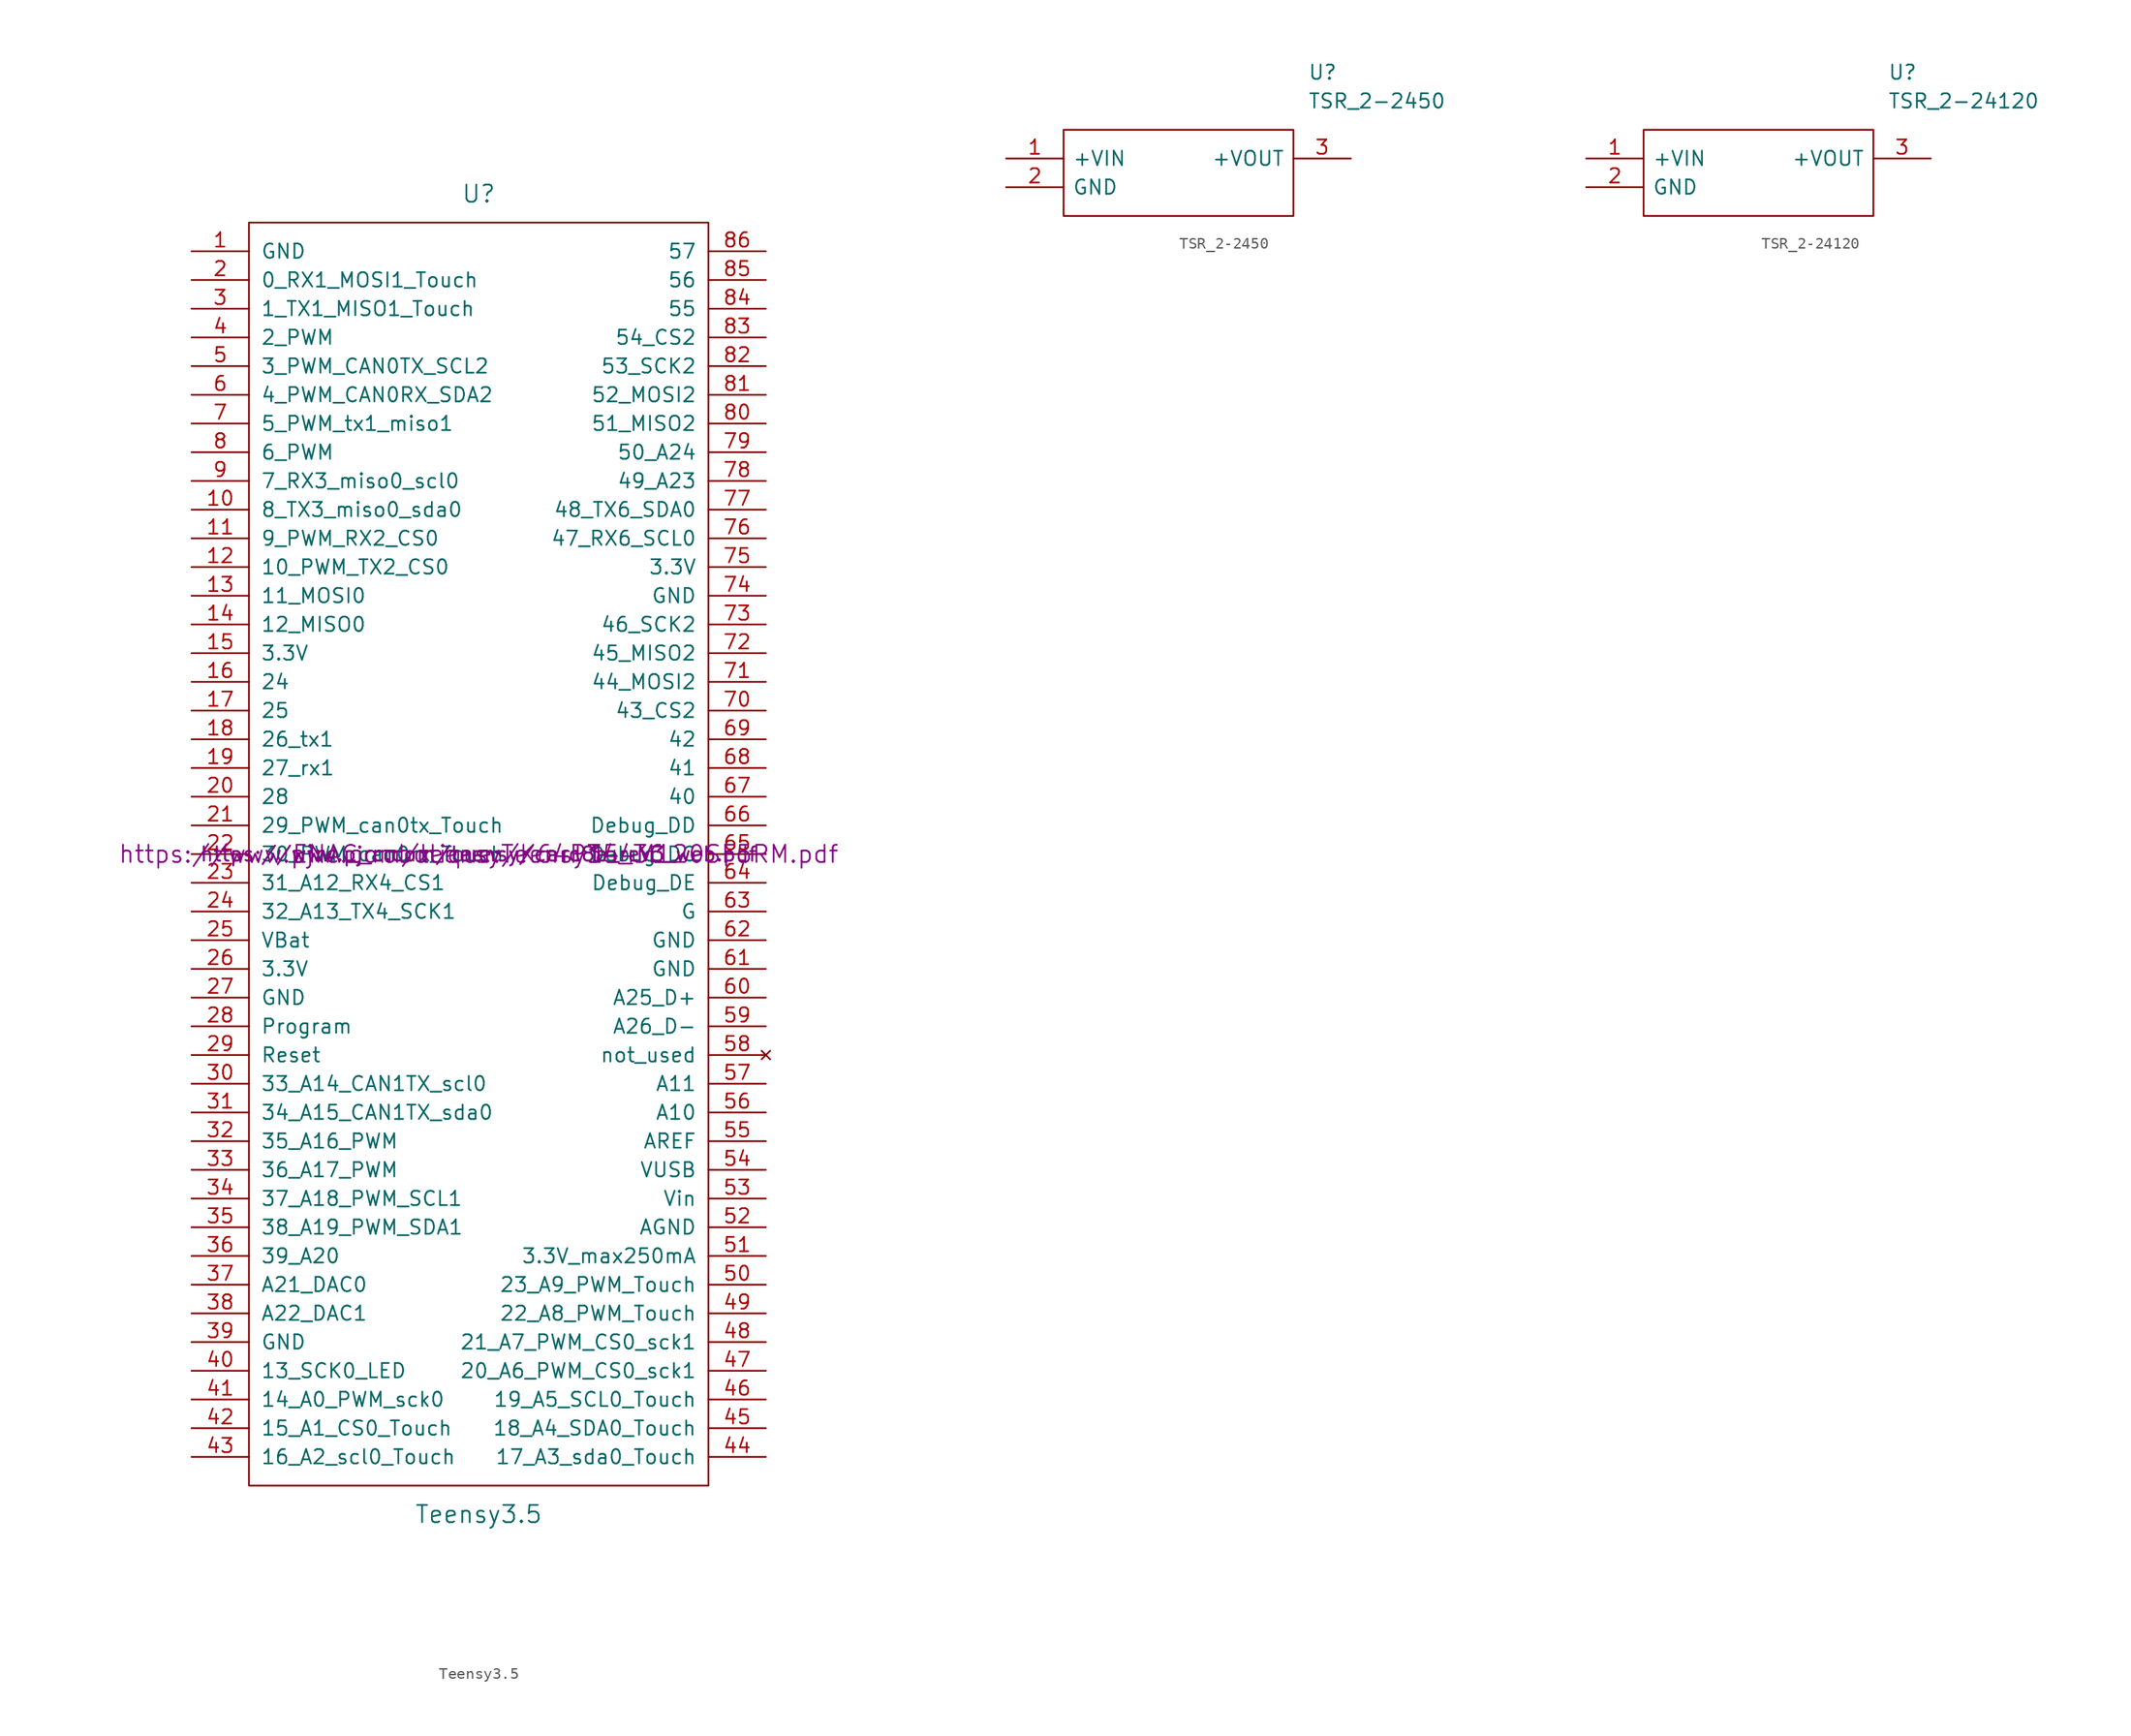
<source format=kicad_sym>
(kicad_symbol_lib
  (version 20231120)
  (generator "kicad_symbol_editor")
  (generator_version "8.0")
  (symbol "Teensy3.5"
    (pin_names
      (offset 1.016))
    (property "Reference" "U"
      (at 0 58.42 0)
      (effects (font (size 1.524 1.524))))
    (property "Value" "Teensy3.5"
      (at 0 -58.42 0)
      (effects (font (size 1.524 1.524))))
    (property "Footprint" "ENAC_robotique:Teensy35_36"
      (at 0 0 0)
      (effects (font (size 1.524 1.524))))
    (property "Datasheet" "https://www.pjrc.com/teensy/K64P144M120SF5RM.pdf"
      (at 0 0 0)
      (effects (font (size 1.524 1.524))))
    (property "Pinout Front" "https://www.pjrc.com/teensy/card8a_rev3_web.pdf"
      (at 0 0 0)
      (effects (font (size 1.27 1.27))))
    (property "Pinout Back" "https://www.pjrc.com/teensy/card8b_rev3_web.pdf"
      (at 0 0 0)
      (effects (font (size 1.27 1.27))))
    (symbol "Teensy3.5_0_1"
      (rectangle (start -20.32 55.88) (end 20.32 -55.88) (stroke (width 0) (type default)) (fill (type none))))
    (symbol "Teensy3.5_1_1"
      (pin power_in line (at -25.4 53.34 0) (length 5.08) (name "GND" (effects (font (size 1.27 1.27)))) (number "1" (effects (font (size 1.27 1.27)))))
      (pin bidirectional line (at -25.4 30.48 0) (length 5.08) (name "8_TX3_miso0_sda0" (effects (font (size 1.27 1.27)))) (number "10" (effects (font (size 1.27 1.27)))))
      (pin bidirectional line (at -25.4 27.94 0) (length 5.08) (name "9_PWM_RX2_CS0" (effects (font (size 1.27 1.27)))) (number "11" (effects (font (size 1.27 1.27)))))
      (pin bidirectional line (at -25.4 25.4 0) (length 5.08) (name "10_PWM_TX2_CS0" (effects (font (size 1.27 1.27)))) (number "12" (effects (font (size 1.27 1.27)))))
      (pin bidirectional line (at -25.4 22.86 0) (length 5.08) (name "11_MOSI0" (effects (font (size 1.27 1.27)))) (number "13" (effects (font (size 1.27 1.27)))))
      (pin bidirectional line (at -25.4 20.32 0) (length 5.08) (name "12_MISO0" (effects (font (size 1.27 1.27)))) (number "14" (effects (font (size 1.27 1.27)))))
      (pin power_out line (at -25.4 17.78 0) (length 5.08) (name "3.3V" (effects (font (size 1.27 1.27)))) (number "15" (effects (font (size 1.27 1.27)))))
      (pin bidirectional line (at -25.4 15.24 0) (length 5.08) (name "24" (effects (font (size 1.27 1.27)))) (number "16" (effects (font (size 1.27 1.27)))))
      (pin bidirectional line (at -25.4 12.7 0) (length 5.08) (name "25" (effects (font (size 1.27 1.27)))) (number "17" (effects (font (size 1.27 1.27)))))
      (pin bidirectional line (at -25.4 10.16 0) (length 5.08) (name "26_tx1" (effects (font (size 1.27 1.27)))) (number "18" (effects (font (size 1.27 1.27)))))
      (pin bidirectional line (at -25.4 7.62 0) (length 5.08) (name "27_rx1" (effects (font (size 1.27 1.27)))) (number "19" (effects (font (size 1.27 1.27)))))
      (pin bidirectional line (at -25.4 50.8 0) (length 5.08) (name "0_RX1_MOSI1_Touch" (effects (font (size 1.27 1.27)))) (number "2" (effects (font (size 1.27 1.27)))))
      (pin bidirectional line (at -25.4 5.08 0) (length 5.08) (name "28" (effects (font (size 1.27 1.27)))) (number "20" (effects (font (size 1.27 1.27)))))
      (pin bidirectional line (at -25.4 2.54 0) (length 5.08) (name "29_PWM_can0tx_Touch" (effects (font (size 1.27 1.27)))) (number "21" (effects (font (size 1.27 1.27)))))
      (pin bidirectional line (at -25.4 0 0) (length 5.08) (name "30_PWM_can0rx_Touch" (effects (font (size 1.27 1.27)))) (number "22" (effects (font (size 1.27 1.27)))))
      (pin bidirectional line (at -25.4 -2.54 0) (length 5.08) (name "31_A12_RX4_CS1" (effects (font (size 1.27 1.27)))) (number "23" (effects (font (size 1.27 1.27)))))
      (pin bidirectional line (at -25.4 -5.08 0) (length 5.08) (name "32_A13_TX4_SCK1" (effects (font (size 1.27 1.27)))) (number "24" (effects (font (size 1.27 1.27)))))
      (pin power_in line (at -25.4 -7.62 0) (length 5.08) (name "VBat" (effects (font (size 1.27 1.27)))) (number "25" (effects (font (size 1.27 1.27)))))
      (pin power_in line (at -25.4 -10.16 0) (length 5.08) (name "3.3V" (effects (font (size 1.27 1.27)))) (number "26" (effects (font (size 1.27 1.27)))))
      (pin power_in line (at -25.4 -12.7 0) (length 5.08) (name "GND" (effects (font (size 1.27 1.27)))) (number "27" (effects (font (size 1.27 1.27)))))
      (pin input line (at -25.4 -15.24 0) (length 5.08) (name "Program" (effects (font (size 1.27 1.27)))) (number "28" (effects (font (size 1.27 1.27)))))
      (pin input line (at -25.4 -17.78 0) (length 5.08) (name "Reset" (effects (font (size 1.27 1.27)))) (number "29" (effects (font (size 1.27 1.27)))))
      (pin bidirectional line (at -25.4 48.26 0) (length 5.08) (name "1_TX1_MISO1_Touch" (effects (font (size 1.27 1.27)))) (number "3" (effects (font (size 1.27 1.27)))))
      (pin bidirectional line (at -25.4 -20.32 0) (length 5.08) (name "33_A14_CAN1TX_scl0" (effects (font (size 1.27 1.27)))) (number "30" (effects (font (size 1.27 1.27)))))
      (pin bidirectional line (at -25.4 -22.86 0) (length 5.08) (name "34_A15_CAN1TX_sda0" (effects (font (size 1.27 1.27)))) (number "31" (effects (font (size 1.27 1.27)))))
      (pin bidirectional line (at -25.4 -25.4 0) (length 5.08) (name "35_A16_PWM" (effects (font (size 1.27 1.27)))) (number "32" (effects (font (size 1.27 1.27)))))
      (pin bidirectional line (at -25.4 -27.94 0) (length 5.08) (name "36_A17_PWM" (effects (font (size 1.27 1.27)))) (number "33" (effects (font (size 1.27 1.27)))))
      (pin bidirectional line (at -25.4 -30.48 0) (length 5.08) (name "37_A18_PWM_SCL1" (effects (font (size 1.27 1.27)))) (number "34" (effects (font (size 1.27 1.27)))))
      (pin bidirectional line (at -25.4 -33.02 0) (length 5.08) (name "38_A19_PWM_SDA1" (effects (font (size 1.27 1.27)))) (number "35" (effects (font (size 1.27 1.27)))))
      (pin bidirectional line (at -25.4 -35.56 0) (length 5.08) (name "39_A20" (effects (font (size 1.27 1.27)))) (number "36" (effects (font (size 1.27 1.27)))))
      (pin bidirectional line (at -25.4 -38.1 0) (length 5.08) (name "A21_DAC0" (effects (font (size 1.27 1.27)))) (number "37" (effects (font (size 1.27 1.27)))))
      (pin bidirectional line (at -25.4 -40.64 0) (length 5.08) (name "A22_DAC1" (effects (font (size 1.27 1.27)))) (number "38" (effects (font (size 1.27 1.27)))))
      (pin power_in line (at -25.4 -43.18 0) (length 5.08) (name "GND" (effects (font (size 1.27 1.27)))) (number "39" (effects (font (size 1.27 1.27)))))
      (pin bidirectional line (at -25.4 45.72 0) (length 5.08) (name "2_PWM" (effects (font (size 1.27 1.27)))) (number "4" (effects (font (size 1.27 1.27)))))
      (pin bidirectional line (at -25.4 -45.72 0) (length 5.08) (name "13_SCK0_LED" (effects (font (size 1.27 1.27)))) (number "40" (effects (font (size 1.27 1.27)))))
      (pin bidirectional line (at -25.4 -48.26 0) (length 5.08) (name "14_A0_PWM_sck0" (effects (font (size 1.27 1.27)))) (number "41" (effects (font (size 1.27 1.27)))))
      (pin bidirectional line (at -25.4 -50.8 0) (length 5.08) (name "15_A1_CS0_Touch" (effects (font (size 1.27 1.27)))) (number "42" (effects (font (size 1.27 1.27)))))
      (pin bidirectional line (at -25.4 -53.34 0) (length 5.08) (name "16_A2_scl0_Touch" (effects (font (size 1.27 1.27)))) (number "43" (effects (font (size 1.27 1.27)))))
      (pin bidirectional line (at 25.4 -53.34 180) (length 5.08) (name "17_A3_sda0_Touch" (effects (font (size 1.27 1.27)))) (number "44" (effects (font (size 1.27 1.27)))))
      (pin bidirectional line (at 25.4 -50.8 180) (length 5.08) (name "18_A4_SDA0_Touch" (effects (font (size 1.27 1.27)))) (number "45" (effects (font (size 1.27 1.27)))))
      (pin bidirectional line (at 25.4 -48.26 180) (length 5.08) (name "19_A5_SCL0_Touch" (effects (font (size 1.27 1.27)))) (number "46" (effects (font (size 1.27 1.27)))))
      (pin bidirectional line (at 25.4 -45.72 180) (length 5.08) (name "20_A6_PWM_CS0_sck1" (effects (font (size 1.27 1.27)))) (number "47" (effects (font (size 1.27 1.27)))))
      (pin bidirectional line (at 25.4 -43.18 180) (length 5.08) (name "21_A7_PWM_CS0_sck1" (effects (font (size 1.27 1.27)))) (number "48" (effects (font (size 1.27 1.27)))))
      (pin bidirectional line (at 25.4 -40.64 180) (length 5.08) (name "22_A8_PWM_Touch" (effects (font (size 1.27 1.27)))) (number "49" (effects (font (size 1.27 1.27)))))
      (pin bidirectional line (at -25.4 43.18 0) (length 5.08) (name "3_PWM_CAN0TX_SCL2" (effects (font (size 1.27 1.27)))) (number "5" (effects (font (size 1.27 1.27)))))
      (pin bidirectional line (at 25.4 -38.1 180) (length 5.08) (name "23_A9_PWM_Touch" (effects (font (size 1.27 1.27)))) (number "50" (effects (font (size 1.27 1.27)))))
      (pin power_out line (at 25.4 -35.56 180) (length 5.08) (name "3.3V_max250mA" (effects (font (size 1.27 1.27)))) (number "51" (effects (font (size 1.27 1.27)))))
      (pin power_out line (at 25.4 -33.02 180) (length 5.08) (name "AGND" (effects (font (size 1.27 1.27)))) (number "52" (effects (font (size 1.27 1.27)))))
      (pin power_in line (at 25.4 -30.48 180) (length 5.08) (name "Vin" (effects (font (size 1.27 1.27)))) (number "53" (effects (font (size 1.27 1.27)))))
      (pin power_in line (at 25.4 -27.94 180) (length 5.08) (name "VUSB" (effects (font (size 1.27 1.27)))) (number "54" (effects (font (size 1.27 1.27)))))
      (pin input line (at 25.4 -25.4 180) (length 5.08) (name "AREF" (effects (font (size 1.27 1.27)))) (number "55" (effects (font (size 1.27 1.27)))))
      (pin bidirectional line (at 25.4 -22.86 180) (length 5.08) (name "A10" (effects (font (size 1.27 1.27)))) (number "56" (effects (font (size 1.27 1.27)))))
      (pin bidirectional line (at 25.4 -20.32 180) (length 5.08) (name "A11" (effects (font (size 1.27 1.27)))) (number "57" (effects (font (size 1.27 1.27)))))
      (pin no_connect line (at 25.4 -17.78 180) (length 5.08) (name "not_used" (effects (font (size 1.27 1.27)))) (number "58" (effects (font (size 1.27 1.27)))))
      (pin bidirectional line (at 25.4 -15.24 180) (length 5.08) (name "A26_D-" (effects (font (size 1.27 1.27)))) (number "59" (effects (font (size 1.27 1.27)))))
      (pin bidirectional line (at -25.4 40.64 0) (length 5.08) (name "4_PWM_CAN0RX_SDA2" (effects (font (size 1.27 1.27)))) (number "6" (effects (font (size 1.27 1.27)))))
      (pin bidirectional line (at 25.4 -12.7 180) (length 5.08) (name "A25_D+" (effects (font (size 1.27 1.27)))) (number "60" (effects (font (size 1.27 1.27)))))
      (pin power_in line (at 25.4 -10.16 180) (length 5.08) (name "GND" (effects (font (size 1.27 1.27)))) (number "61" (effects (font (size 1.27 1.27)))))
      (pin power_in line (at 25.4 -7.62 180) (length 5.08) (name "GND" (effects (font (size 1.27 1.27)))) (number "62" (effects (font (size 1.27 1.27)))))
      (pin power_in line (at 25.4 -5.08 180) (length 5.08) (name "G" (effects (font (size 1.27 1.27)))) (number "63" (effects (font (size 1.27 1.27)))))
      (pin input line (at 25.4 -2.54 180) (length 5.08) (name "Debug_DE" (effects (font (size 1.27 1.27)))) (number "64" (effects (font (size 1.27 1.27)))))
      (pin input line (at 25.4 0 180) (length 5.08) (name "Debug_DC" (effects (font (size 1.27 1.27)))) (number "65" (effects (font (size 1.27 1.27)))))
      (pin input line (at 25.4 2.54 180) (length 5.08) (name "Debug_DD" (effects (font (size 1.27 1.27)))) (number "66" (effects (font (size 1.27 1.27)))))
      (pin bidirectional line (at 25.4 5.08 180) (length 5.08) (name "40" (effects (font (size 1.27 1.27)))) (number "67" (effects (font (size 1.27 1.27)))))
      (pin bidirectional line (at 25.4 7.62 180) (length 5.08) (name "41" (effects (font (size 1.27 1.27)))) (number "68" (effects (font (size 1.27 1.27)))))
      (pin bidirectional line (at 25.4 10.16 180) (length 5.08) (name "42" (effects (font (size 1.27 1.27)))) (number "69" (effects (font (size 1.27 1.27)))))
      (pin bidirectional line (at -25.4 38.1 0) (length 5.08) (name "5_PWM_tx1_miso1" (effects (font (size 1.27 1.27)))) (number "7" (effects (font (size 1.27 1.27)))))
      (pin bidirectional line (at 25.4 12.7 180) (length 5.08) (name "43_CS2" (effects (font (size 1.27 1.27)))) (number "70" (effects (font (size 1.27 1.27)))))
      (pin bidirectional line (at 25.4 15.24 180) (length 5.08) (name "44_MOSI2" (effects (font (size 1.27 1.27)))) (number "71" (effects (font (size 1.27 1.27)))))
      (pin bidirectional line (at 25.4 17.78 180) (length 5.08) (name "45_MISO2" (effects (font (size 1.27 1.27)))) (number "72" (effects (font (size 1.27 1.27)))))
      (pin bidirectional line (at 25.4 20.32 180) (length 5.08) (name "46_SCK2" (effects (font (size 1.27 1.27)))) (number "73" (effects (font (size 1.27 1.27)))))
      (pin power_in line (at 25.4 22.86 180) (length 5.08) (name "GND" (effects (font (size 1.27 1.27)))) (number "74" (effects (font (size 1.27 1.27)))))
      (pin power_in line (at 25.4 25.4 180) (length 5.08) (name "3.3V" (effects (font (size 1.27 1.27)))) (number "75" (effects (font (size 1.27 1.27)))))
      (pin bidirectional line (at 25.4 27.94 180) (length 5.08) (name "47_RX6_SCL0" (effects (font (size 1.27 1.27)))) (number "76" (effects (font (size 1.27 1.27)))))
      (pin bidirectional line (at 25.4 30.48 180) (length 5.08) (name "48_TX6_SDA0" (effects (font (size 1.27 1.27)))) (number "77" (effects (font (size 1.27 1.27)))))
      (pin bidirectional line (at 25.4 33.02 180) (length 5.08) (name "49_A23" (effects (font (size 1.27 1.27)))) (number "78" (effects (font (size 1.27 1.27)))))
      (pin bidirectional line (at 25.4 35.56 180) (length 5.08) (name "50_A24" (effects (font (size 1.27 1.27)))) (number "79" (effects (font (size 1.27 1.27)))))
      (pin bidirectional line (at -25.4 35.56 0) (length 5.08) (name "6_PWM" (effects (font (size 1.27 1.27)))) (number "8" (effects (font (size 1.27 1.27)))))
      (pin bidirectional line (at 25.4 38.1 180) (length 5.08) (name "51_MISO2" (effects (font (size 1.27 1.27)))) (number "80" (effects (font (size 1.27 1.27)))))
      (pin bidirectional line (at 25.4 40.64 180) (length 5.08) (name "52_MOSI2" (effects (font (size 1.27 1.27)))) (number "81" (effects (font (size 1.27 1.27)))))
      (pin bidirectional line (at 25.4 43.18 180) (length 5.08) (name "53_SCK2" (effects (font (size 1.27 1.27)))) (number "82" (effects (font (size 1.27 1.27)))))
      (pin bidirectional line (at 25.4 45.72 180) (length 5.08) (name "54_CS2" (effects (font (size 1.27 1.27)))) (number "83" (effects (font (size 1.27 1.27)))))
      (pin bidirectional line (at 25.4 48.26 180) (length 5.08) (name "55" (effects (font (size 1.27 1.27)))) (number "84" (effects (font (size 1.27 1.27)))))
      (pin bidirectional line (at 25.4 50.8 180) (length 5.08) (name "56" (effects (font (size 1.27 1.27)))) (number "85" (effects (font (size 1.27 1.27)))))
      (pin bidirectional line (at 25.4 53.34 180) (length 5.08) (name "57" (effects (font (size 1.27 1.27)))) (number "86" (effects (font (size 1.27 1.27)))))
      (pin bidirectional line (at -25.4 33.02 0) (length 5.08) (name "7_RX3_miso0_scl0" (effects (font (size 1.27 1.27)))) (number "9" (effects (font (size 1.27 1.27)))))))
  (symbol "TSR_2-2450"
    (pin_names
      (offset 0.762))
    (property "Reference" "U"
      (at 26.67 7.62 0)
      (effects (font (size 1.27 1.27)) (justify left)))
    (property "Value" "TSR_2-2450"
      (at 26.67 5.08 0)
      (effects (font (size 1.27 1.27)) (justify left)))
    (symbol "TSR_2-2450_0_0"
      (pin bidirectional line (at 0 0 0) (length 5.08) (name "+VIN" (effects (font (size 1.27 1.27)))) (number "1" (effects (font (size 1.27 1.27)))))
      (pin bidirectional line (at 0 -2.54 0) (length 5.08) (name "GND" (effects (font (size 1.27 1.27)))) (number "2" (effects (font (size 1.27 1.27)))))
      (pin bidirectional line (at 30.48 0 180) (length 5.08) (name "+VOUT" (effects (font (size 1.27 1.27)))) (number "3" (effects (font (size 1.27 1.27))))))
    (symbol "TSR_2-2450_0_1"
      (polyline (pts (xy 5.08 2.54) (xy 25.4 2.54) (xy 25.4 -5.08) (xy 5.08 -5.08) (xy 5.08 2.54)) (stroke (width 0.152) (type default)) (fill (type none)))))
  (symbol "TSR_2-24120"
    (pin_names
      (offset 0.762))
    (property "Reference" "U"
      (at 26.67 7.62 0)
      (effects (font (size 1.27 1.27)) (justify left)))
    (property "Value" "TSR_2-24120"
      (at 26.67 5.08 0)
      (effects (font (size 1.27 1.27)) (justify left)))
    (symbol "TSR_2-24120_0_0"
      (pin bidirectional line (at 0 0 0) (length 5.08) (name "+VIN" (effects (font (size 1.27 1.27)))) (number "1" (effects (font (size 1.27 1.27)))))
      (pin bidirectional line (at 0 -2.54 0) (length 5.08) (name "GND" (effects (font (size 1.27 1.27)))) (number "2" (effects (font (size 1.27 1.27)))))
      (pin bidirectional line (at 30.48 0 180) (length 5.08) (name "+VOUT" (effects (font (size 1.27 1.27)))) (number "3" (effects (font (size 1.27 1.27))))))
    (symbol "TSR_2-24120_0_1"
      (polyline (pts (xy 5.08 2.54) (xy 25.4 2.54) (xy 25.4 -5.08) (xy 5.08 -5.08) (xy 5.08 2.54)) (stroke (width 0.152) (type default)) (fill (type none))))))
</source>
